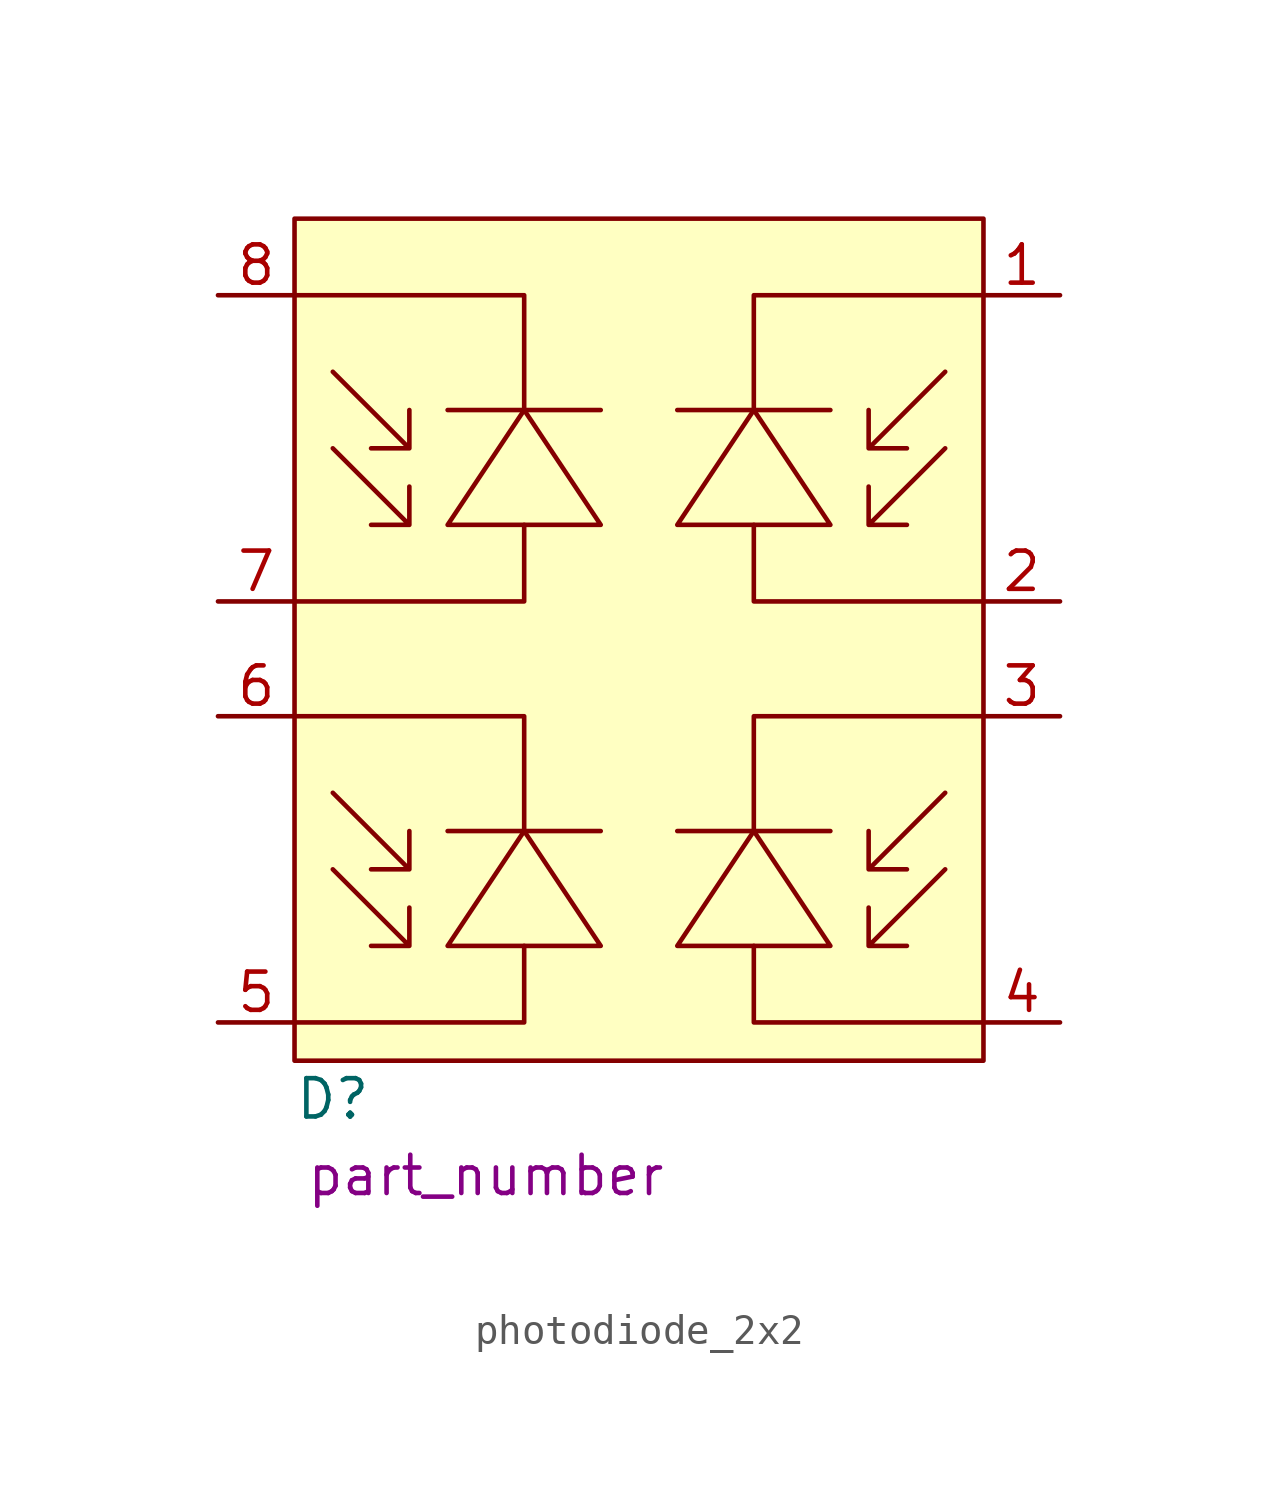
<source format=kicad_sym>
(kicad_symbol_lib
  (version 20220914)
  (generator kicad_symbol_editor)
  (symbol "photodiode_2x2"
    (pin_names
      (offset 1.016))
    (property "Reference" "D"
      (at 1.27 -1.27 0)
      (effects (font (size 1.27 1.27))))
    (property "manufacturer_part_number" "part_number"
      (at 6.35 -3.81 0)
      (effects (font (size 1.27 1.27))))
    (symbol "photodiode_2x2_0_1"
      (polyline (pts (xy 5.08 21.59) (xy 10.16 21.59)) (stroke (width 0) (type solid)) (fill (type none)))
      (polyline (pts (xy 7.62 17.78) (xy 7.62 15.24) (xy 0 15.24)) (stroke (width 0) (type solid)) (fill (type none)))
      (polyline (pts (xy 7.62 21.59) (xy 7.62 25.4) (xy 0 25.4)) (stroke (width 0) (type solid)) (fill (type none)))
      (polyline (pts (xy 5.08 17.78) (xy 10.16 17.78) (xy 7.62 21.59) (xy 5.08 17.78)) (stroke (width 0) (type solid)) (fill (type none)))
      (polyline (pts (xy 3.81 21.59) (xy 3.81 20.32) (xy 2.54 20.32) (xy 3.81 20.32) (xy 1.27 22.86)) (stroke (width 0) (type solid)) (fill (type none)))
      (rectangle (start 0 27.94) (end 22.86 0) (stroke (width 0) (type solid)) (fill (type background))))
    (symbol "photodiode_2x2_1_1"
      (polyline (pts (xy 5.08 7.62) (xy 10.16 7.62)) (stroke (width 0) (type solid)) (fill (type none)))
      (polyline (pts (xy 17.78 7.62) (xy 12.7 7.62)) (stroke (width 0) (type solid)) (fill (type none)))
      (polyline (pts (xy 17.78 21.59) (xy 12.7 21.59)) (stroke (width 0) (type solid)) (fill (type none)))
      (polyline (pts (xy 7.62 3.81) (xy 7.62 1.27) (xy 0 1.27)) (stroke (width 0) (type solid)) (fill (type none)))
      (polyline (pts (xy 7.62 7.62) (xy 7.62 11.43) (xy 0 11.43)) (stroke (width 0) (type solid)) (fill (type none)))
      (polyline (pts (xy 15.24 3.81) (xy 15.24 1.27) (xy 22.86 1.27)) (stroke (width 0) (type solid)) (fill (type none)))
      (polyline (pts (xy 15.24 7.62) (xy 15.24 11.43) (xy 22.86 11.43)) (stroke (width 0) (type solid)) (fill (type none)))
      (polyline (pts (xy 15.24 17.78) (xy 15.24 15.24) (xy 22.86 15.24)) (stroke (width 0) (type solid)) (fill (type none)))
      (polyline (pts (xy 15.24 21.59) (xy 15.24 25.4) (xy 22.86 25.4)) (stroke (width 0) (type solid)) (fill (type none)))
      (polyline (pts (xy 5.08 3.81) (xy 10.16 3.81) (xy 7.62 7.62) (xy 5.08 3.81)) (stroke (width 0) (type solid)) (fill (type none)))
      (polyline (pts (xy 17.78 3.81) (xy 12.7 3.81) (xy 15.24 7.62) (xy 17.78 3.81)) (stroke (width 0) (type solid)) (fill (type none)))
      (polyline (pts (xy 17.78 17.78) (xy 12.7 17.78) (xy 15.24 21.59) (xy 17.78 17.78)) (stroke (width 0) (type solid)) (fill (type none)))
      (polyline (pts (xy 3.81 5.08) (xy 3.81 3.81) (xy 2.54 3.81) (xy 3.81 3.81) (xy 1.27 6.35)) (stroke (width 0) (type solid)) (fill (type none)))
      (polyline (pts (xy 3.81 7.62) (xy 3.81 6.35) (xy 2.54 6.35) (xy 3.81 6.35) (xy 1.27 8.89)) (stroke (width 0) (type solid)) (fill (type none)))
      (polyline (pts (xy 3.81 19.05) (xy 3.81 17.78) (xy 2.54 17.78) (xy 3.81 17.78) (xy 1.27 20.32)) (stroke (width 0) (type solid)) (fill (type none)))
      (polyline (pts (xy 19.05 5.08) (xy 19.05 3.81) (xy 20.32 3.81) (xy 19.05 3.81) (xy 21.59 6.35)) (stroke (width 0) (type solid)) (fill (type none)))
      (polyline (pts (xy 19.05 7.62) (xy 19.05 6.35) (xy 20.32 6.35) (xy 19.05 6.35) (xy 21.59 8.89)) (stroke (width 0) (type solid)) (fill (type none)))
      (polyline (pts (xy 19.05 19.05) (xy 19.05 17.78) (xy 20.32 17.78) (xy 19.05 17.78) (xy 21.59 20.32)) (stroke (width 0) (type solid)) (fill (type none)))
      (polyline (pts (xy 19.05 21.59) (xy 19.05 20.32) (xy 20.32 20.32) (xy 19.05 20.32) (xy 21.59 22.86)) (stroke (width 0) (type solid)) (fill (type none)))
      (pin bidirectional line (at 25.4 25.4 180) (length 2.54) (name "~" (effects (font (size 1.27 1.27)))) (number "1" (effects (font (size 1.27 1.27)))))
      (pin bidirectional line (at 25.4 15.24 180) (length 2.54) (name "~" (effects (font (size 1.27 1.27)))) (number "2" (effects (font (size 1.27 1.27)))))
      (pin bidirectional line (at 25.4 11.43 180) (length 2.54) (name "~" (effects (font (size 1.27 1.27)))) (number "3" (effects (font (size 1.27 1.27)))))
      (pin bidirectional line (at 25.4 1.27 180) (length 2.54) (name "~" (effects (font (size 1.27 1.27)))) (number "4" (effects (font (size 1.27 1.27)))))
      (pin bidirectional line (at -2.54 1.27 0) (length 2.54) (name "~" (effects (font (size 1.27 1.27)))) (number "5" (effects (font (size 1.27 1.27)))))
      (pin bidirectional line (at -2.54 11.43 0) (length 2.54) (name "~" (effects (font (size 1.27 1.27)))) (number "6" (effects (font (size 1.27 1.27)))))
      (pin bidirectional line (at -2.54 15.24 0) (length 2.54) (name "~" (effects (font (size 1.27 1.27)))) (number "7" (effects (font (size 1.27 1.27)))))
      (pin bidirectional line (at -2.54 25.4 0) (length 2.54) (name "~" (effects (font (size 1.27 1.27)))) (number "8" (effects (font (size 1.27 1.27))))))))
</source>
